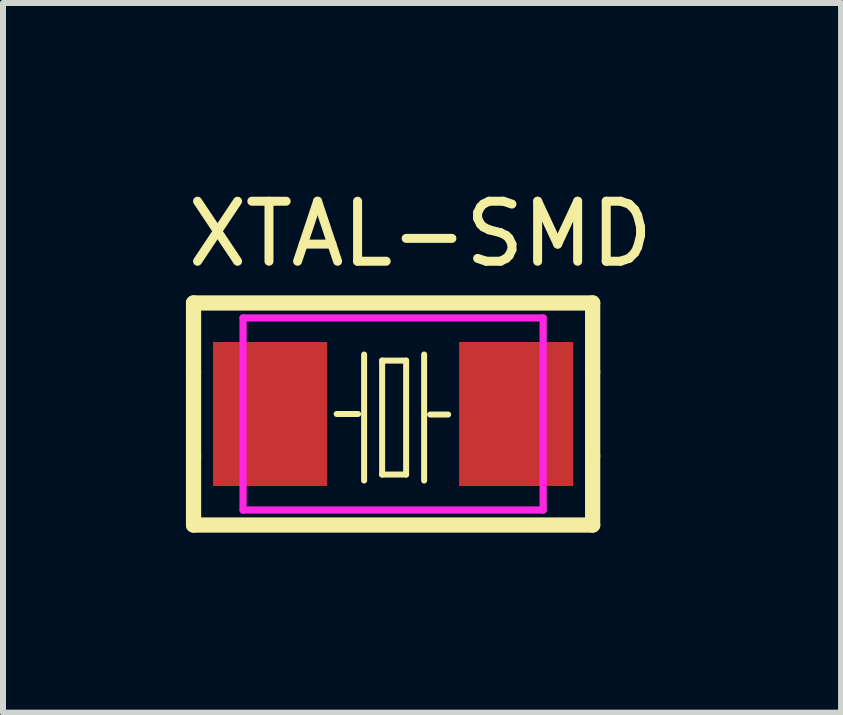
<source format=kicad_pcb>
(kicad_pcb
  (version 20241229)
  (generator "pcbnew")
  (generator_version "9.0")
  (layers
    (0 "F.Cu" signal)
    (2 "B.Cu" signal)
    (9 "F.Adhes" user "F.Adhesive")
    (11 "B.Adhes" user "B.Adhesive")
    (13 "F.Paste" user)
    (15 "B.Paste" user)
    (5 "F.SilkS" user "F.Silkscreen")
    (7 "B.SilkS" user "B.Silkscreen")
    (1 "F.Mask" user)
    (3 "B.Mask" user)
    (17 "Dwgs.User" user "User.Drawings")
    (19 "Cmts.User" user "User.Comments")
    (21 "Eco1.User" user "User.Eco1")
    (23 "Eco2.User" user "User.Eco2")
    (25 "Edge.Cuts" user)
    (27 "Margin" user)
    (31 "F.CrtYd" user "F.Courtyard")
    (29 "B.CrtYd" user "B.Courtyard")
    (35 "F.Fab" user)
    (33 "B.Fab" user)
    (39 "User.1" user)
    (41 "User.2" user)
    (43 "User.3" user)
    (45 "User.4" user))
  (footprint "XTAL-SMD"
    (layer "F.Cu")
    (at 3.5 3.848)
    (property "Reference" "XTAL-SMD" (at -3.5 -3 0) (layer "F.SilkS") (effects (font (size 1 1) (thickness 0.15)) (justify left)))
    (attr through_hole)
    (fp_line (start -3.325 -1.85) (end 3.325 -1.85) (stroke (width 0.254) (type solid)) (layer "F.SilkS"))
    (fp_line (start -3.325 -0.7) (end -3.325 -1.85) (stroke (width 0.254) (type solid)) (layer "F.SilkS"))
    (fp_line (start -3.325 0.7) (end -3.325 -0.7) (stroke (width 0.254) (type solid)) (layer "F.SilkS"))
    (fp_line (start -3.325 1.85) (end -3.325 0.7) (stroke (width 0.254) (type solid)) (layer "F.SilkS"))
    (fp_line (start -0.94 0) (end -0.584 0) (stroke (width 0.1) (type solid)) (layer "F.SilkS"))
    (fp_line (start -0.483 -0.991) (end -0.483 1.109) (stroke (width 0.1) (type solid)) (layer "F.SilkS"))
    (fp_line (start -0.183 -0.89) (end -0.183 1.009) (stroke (width 0.1) (type solid)) (layer "F.SilkS"))
    (fp_line (start -0.183 1.009) (end 0.217 1.009) (stroke (width 0.1) (type solid)) (layer "F.SilkS"))
    (fp_line (start 0.217 -0.89) (end -0.183 -0.89) (stroke (width 0.1) (type solid)) (layer "F.SilkS"))
    (fp_line (start 0.217 1.009) (end 0.217 -0.89) (stroke (width 0.1) (type solid)) (layer "F.SilkS"))
    (fp_line (start 0.517 -0.991) (end 0.517 1.109) (stroke (width 0.1) (type solid)) (layer "F.SilkS"))
    (fp_line (start 0.617 0.009) (end 0.917 0.009) (stroke (width 0.1) (type solid)) (layer "F.SilkS"))
    (fp_line (start 3.325 -1.85) (end 3.325 -0.7) (stroke (width 0.254) (type solid)) (layer "F.SilkS"))
    (fp_line (start 3.325 -0.7) (end 3.325 0.7) (stroke (width 0.254) (type solid)) (layer "F.SilkS"))
    (fp_line (start 3.325 0.7) (end 3.325 1.85) (stroke (width 0.254) (type solid)) (layer "F.SilkS"))
    (fp_line (start 3.325 1.85) (end -3.325 1.85) (stroke (width 0.254) (type solid)) (layer "F.SilkS"))
    (fp_circle (center -2.5 1.6) (end -2.47 1.6) (stroke (width 0.06) (type solid)) (fill no) (layer "Eco2.User"))
    (fp_poly (pts (xy -1.2 -1) (xy -1.2 1) (xy -2.5 1) (xy -2.5 -1)) (stroke (width 0.12) (type solid)) (fill no) (layer "Eco2.User"))
    (fp_poly (pts (xy 2.5 -1) (xy 2.5 1) (xy 1.2 1) (xy 1.2 -1)) (stroke (width 0.12) (type solid)) (fill no) (layer "Eco2.User"))
    (fp_line (start -2.5 -1.6) (end 2.5 -1.6) (stroke (width 0.12) (type solid)) (layer "F.CrtYd"))
    (fp_line (start -2.5 1.6) (end -2.5 -1.6) (stroke (width 0.12) (type solid)) (layer "F.CrtYd"))
    (fp_line (start 2.5 -1.6) (end 2.5 1.6) (stroke (width 0.12) (type solid)) (layer "F.CrtYd"))
    (fp_line (start 2.5 1.6) (end -2.5 1.6) (stroke (width 0.12) (type solid)) (layer "F.CrtYd"))
    (pad "1" smd rect (at -2.05 0) (size 1.9 2.4) (layers "F.Cu" "F.Mask" "F.Paste"))
    (pad "2" smd rect (at 2.05 0) (size 1.9 2.4) (layers "F.Cu" "F.Mask" "F.Paste")))
  (gr_rect
    (start -3 -3)
    (end 10.964 8.825)
    (stroke (width 0.1) (type default))
    (fill no)
    (layer "Edge.Cuts")))
</source>
